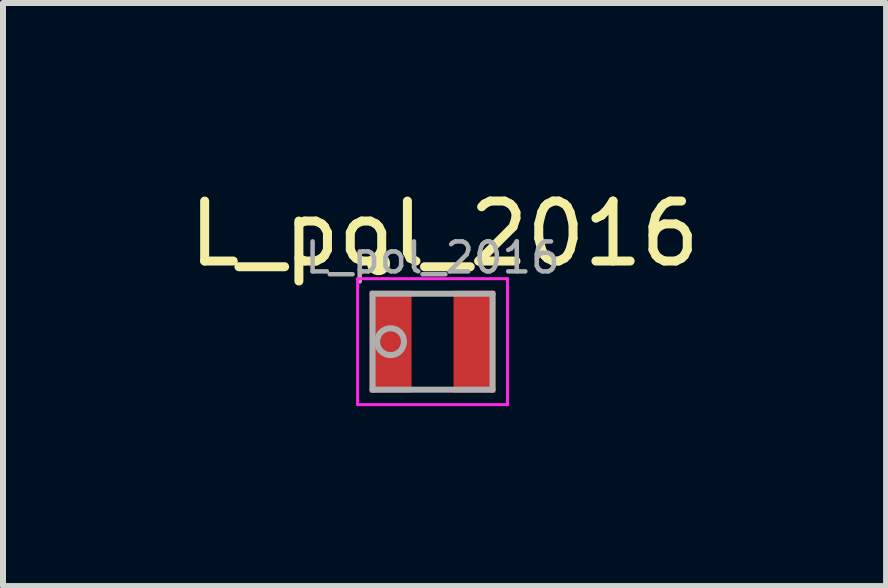
<source format=kicad_pcb>
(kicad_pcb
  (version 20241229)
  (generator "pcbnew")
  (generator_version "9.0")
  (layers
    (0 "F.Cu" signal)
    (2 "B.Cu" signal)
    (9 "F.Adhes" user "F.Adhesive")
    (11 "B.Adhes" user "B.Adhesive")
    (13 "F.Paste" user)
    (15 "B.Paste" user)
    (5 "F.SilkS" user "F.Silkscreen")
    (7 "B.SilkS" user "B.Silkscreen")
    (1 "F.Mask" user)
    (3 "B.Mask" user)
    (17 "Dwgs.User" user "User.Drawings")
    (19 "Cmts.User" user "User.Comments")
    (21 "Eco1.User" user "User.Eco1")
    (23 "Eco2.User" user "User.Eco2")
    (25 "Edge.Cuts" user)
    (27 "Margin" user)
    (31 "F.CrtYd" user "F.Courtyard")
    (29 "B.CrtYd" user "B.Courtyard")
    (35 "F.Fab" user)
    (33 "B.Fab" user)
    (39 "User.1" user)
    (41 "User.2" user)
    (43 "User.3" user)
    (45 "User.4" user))
  (footprint "L_pol_2016"
    (layer "F.Cu")
    (at 4.163 2.648)
    (property "Reference" "L_pol_2016" (at 0.2 -1.8 0) (layer "F.SilkS") (effects (font (size 1 1) (thickness 0.15))))
    (attr smd)
    (fp_circle (center -0.9 -1.3) (end -0.759 -1.3) (stroke (width 0.1) (type solid)) (fill yes) (layer "F.SilkS"))
    (fp_line (start -1.25 -1.05) (end -1.25 1.05) (stroke (width 0.05) (type solid)) (layer "F.CrtYd"))
    (fp_line (start -1.25 1.05) (end 1.25 1.05) (stroke (width 0.05) (type solid)) (layer "F.CrtYd"))
    (fp_line (start 1.25 -1.05) (end -1.25 -1.05) (stroke (width 0.05) (type solid)) (layer "F.CrtYd"))
    (fp_line (start 1.25 1.05) (end 1.25 -1.05) (stroke (width 0.05) (type solid)) (layer "F.CrtYd"))
    (fp_line (start -1 -0.8) (end -1 0.8) (stroke (width 0.1) (type solid)) (layer "F.Fab"))
    (fp_line (start -1 0.8) (end 1 0.8) (stroke (width 0.1) (type solid)) (layer "F.Fab"))
    (fp_line (start 1 -0.8) (end -1 -0.8) (stroke (width 0.1) (type solid)) (layer "F.Fab"))
    (fp_line (start 1 0.8) (end 1 -0.8) (stroke (width 0.1) (type solid)) (layer "F.Fab"))
    (fp_circle (center -0.7 0) (end -0.476 0) (stroke (width 0.1) (type solid)) (fill no) (layer "F.Fab"))
    (fp_text user "${REFERENCE}" (at 0 -1.4 0) (layer "F.Fab") (effects (font (size 0.5 0.5) (thickness 0.075))))
    (pad "1" smd rect (at -0.7 0) (size 0.7 1.7) (layers "F.Cu" "F.Mask" "F.Paste"))
    (pad "2" smd rect (at 0.7 0) (size 0.7 1.7) (layers "F.Cu" "F.Mask" "F.Paste")))
  (gr_rect
    (start -3 -3)
    (end 11.726 6.723)
    (stroke (width 0.1) (type default))
    (fill no)
    (layer "Edge.Cuts")))
</source>
